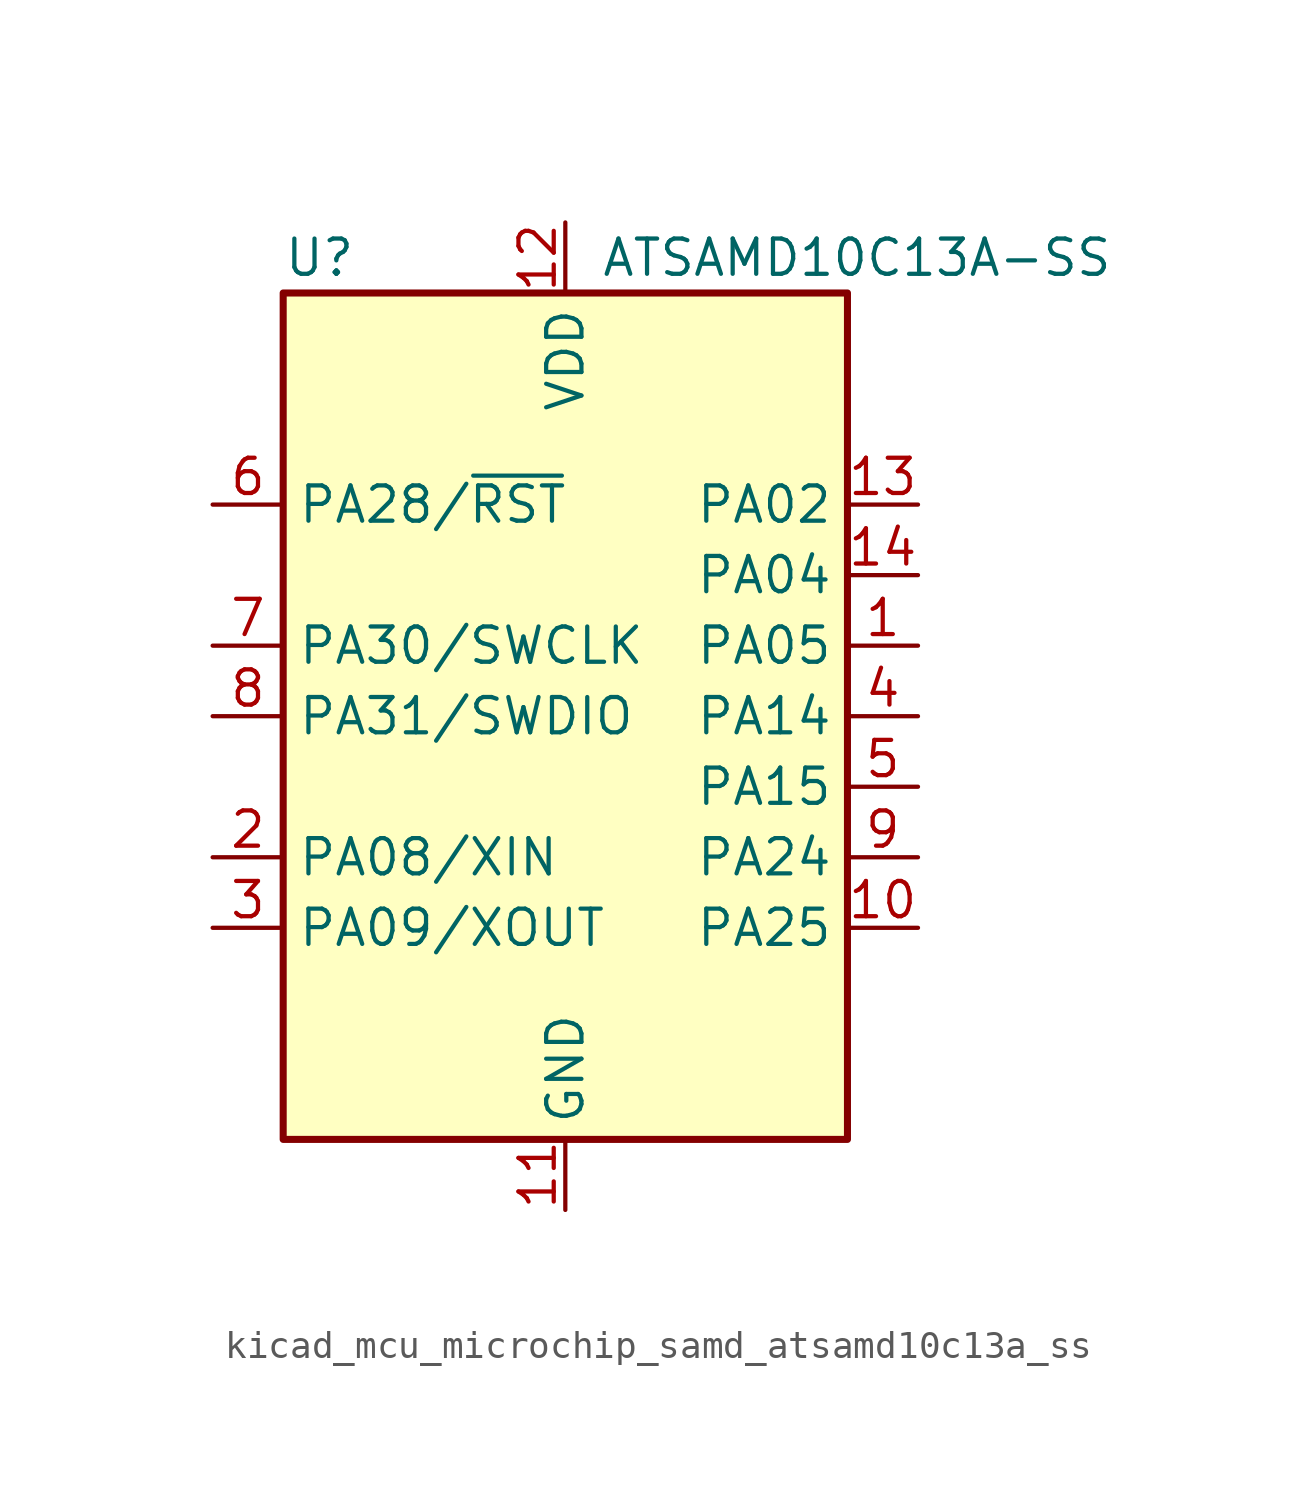
<source format=kicad_sym>
(kicad_symbol_lib
  (version 20220914)
  (generator kicad_symbol_editor)
  (symbol "kicad_mcu_microchip_samd_atsamd10c13a_ss"
    (property "Reference" "U"
      (at -10.16 16.51 0)
      (effects (font (size 1.27 1.27)) (justify left)))
    (property "Value" "ATSAMD10C13A-SS"
      (at 1.27 16.51 0)
      (effects (font (size 1.27 1.27)) (justify left)))
    (symbol "kicad_mcu_microchip_samd_atsamd10c13a_ss_0_1"
      (rectangle (start -10.16 15.24) (end 10.16 -15.24) (stroke (width 0.254) (type default)) (fill (type background))))
    (symbol "kicad_mcu_microchip_samd_atsamd10c13a_ss_1_1"
      (pin bidirectional line (at 12.7 2.54 180) (length 2.54) (name "PA05" (effects (font (size 1.27 1.27)))) (number "1" (effects (font (size 1.27 1.27)))))
      (pin bidirectional line (at 12.7 -7.62 180) (length 2.54) (name "PA25" (effects (font (size 1.27 1.27)))) (number "10" (effects (font (size 1.27 1.27)))))
      (pin power_in line (at 0 -17.78 90) (length 2.54) (name "GND" (effects (font (size 1.27 1.27)))) (number "11" (effects (font (size 1.27 1.27)))))
      (pin power_in line (at 0 17.78 270) (length 2.54) (name "VDD" (effects (font (size 1.27 1.27)))) (number "12" (effects (font (size 1.27 1.27)))))
      (pin bidirectional line (at 12.7 7.62 180) (length 2.54) (name "PA02" (effects (font (size 1.27 1.27)))) (number "13" (effects (font (size 1.27 1.27)))))
      (pin bidirectional line (at 12.7 5.08 180) (length 2.54) (name "PA04" (effects (font (size 1.27 1.27)))) (number "14" (effects (font (size 1.27 1.27)))))
      (pin bidirectional line (at -12.7 -5.08 0) (length 2.54) (name "PA08/XIN" (effects (font (size 1.27 1.27)))) (number "2" (effects (font (size 1.27 1.27)))))
      (pin bidirectional line (at -12.7 -7.62 0) (length 2.54) (name "PA09/XOUT" (effects (font (size 1.27 1.27)))) (number "3" (effects (font (size 1.27 1.27)))))
      (pin bidirectional line (at 12.7 0 180) (length 2.54) (name "PA14" (effects (font (size 1.27 1.27)))) (number "4" (effects (font (size 1.27 1.27)))))
      (pin bidirectional line (at 12.7 -2.54 180) (length 2.54) (name "PA15" (effects (font (size 1.27 1.27)))) (number "5" (effects (font (size 1.27 1.27)))))
      (pin bidirectional line (at -12.7 7.62 0) (length 2.54) (name "PA28/~{RST}" (effects (font (size 1.27 1.27)))) (number "6" (effects (font (size 1.27 1.27)))))
      (pin bidirectional line (at -12.7 2.54 0) (length 2.54) (name "PA30/SWCLK" (effects (font (size 1.27 1.27)))) (number "7" (effects (font (size 1.27 1.27)))))
      (pin bidirectional line (at -12.7 0 0) (length 2.54) (name "PA31/SWDIO" (effects (font (size 1.27 1.27)))) (number "8" (effects (font (size 1.27 1.27)))))
      (pin bidirectional line (at 12.7 -5.08 180) (length 2.54) (name "PA24" (effects (font (size 1.27 1.27)))) (number "9" (effects (font (size 1.27 1.27))))))))
</source>
